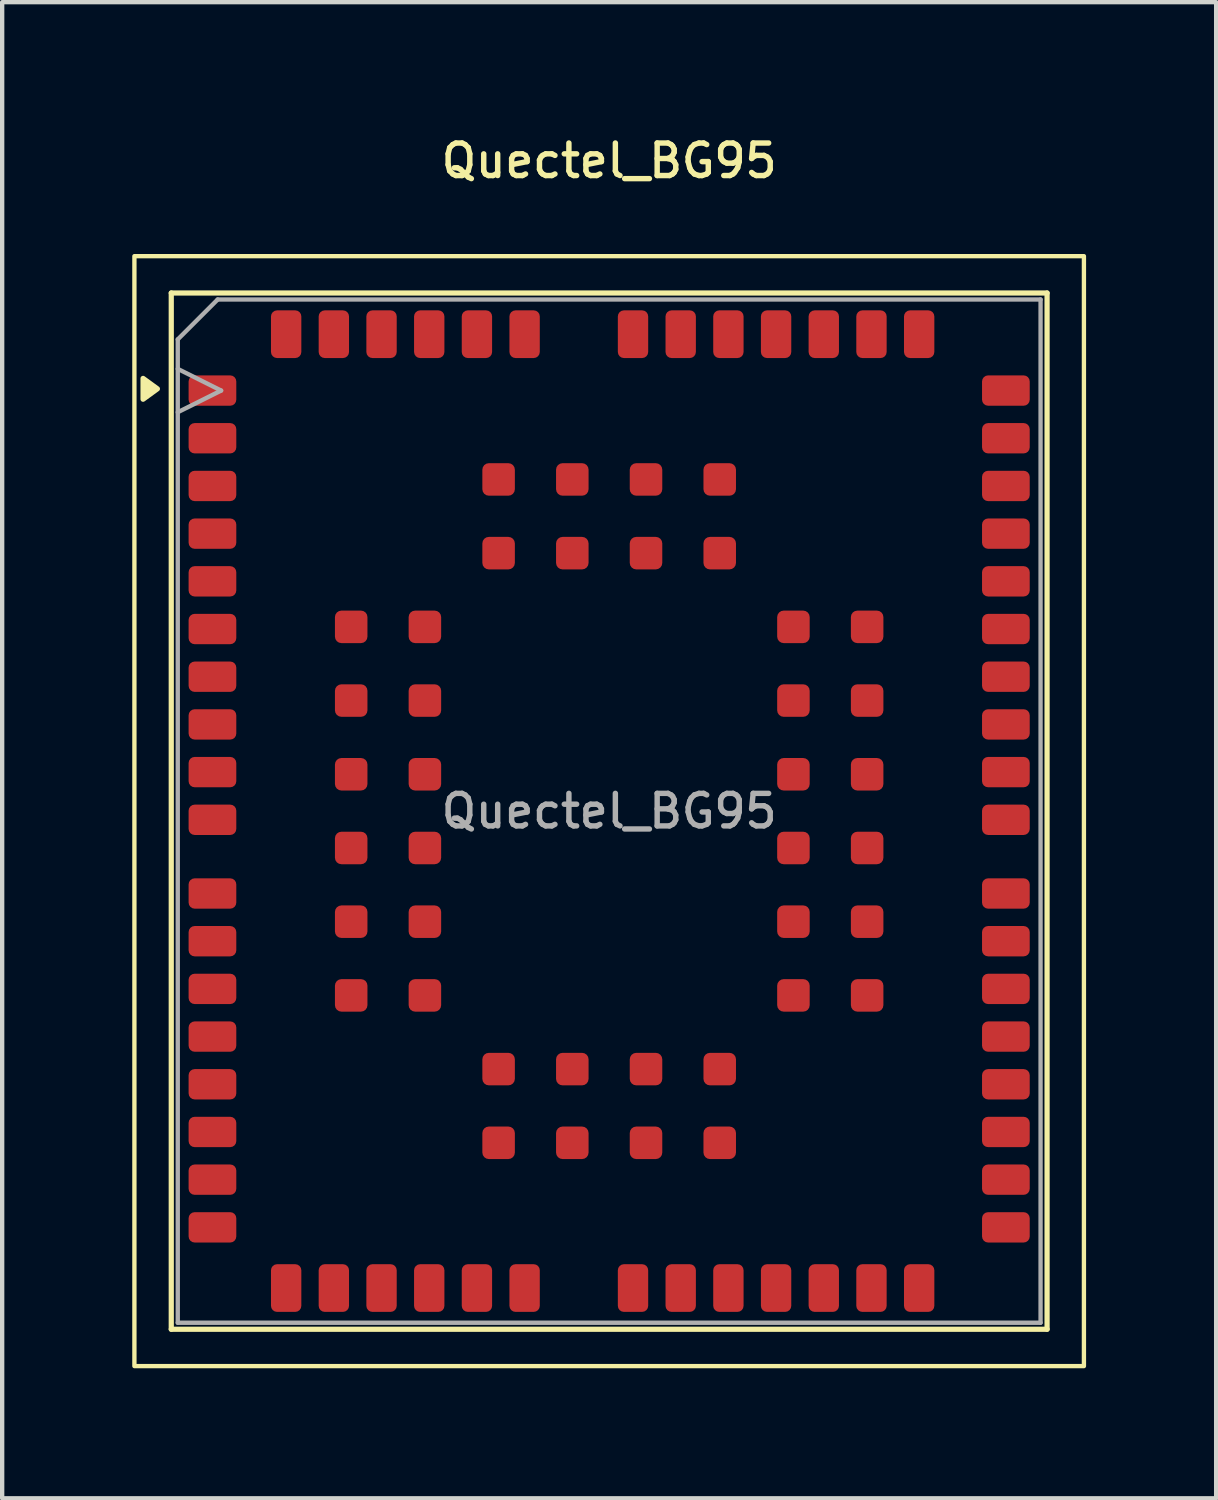
<source format=kicad_pcb>
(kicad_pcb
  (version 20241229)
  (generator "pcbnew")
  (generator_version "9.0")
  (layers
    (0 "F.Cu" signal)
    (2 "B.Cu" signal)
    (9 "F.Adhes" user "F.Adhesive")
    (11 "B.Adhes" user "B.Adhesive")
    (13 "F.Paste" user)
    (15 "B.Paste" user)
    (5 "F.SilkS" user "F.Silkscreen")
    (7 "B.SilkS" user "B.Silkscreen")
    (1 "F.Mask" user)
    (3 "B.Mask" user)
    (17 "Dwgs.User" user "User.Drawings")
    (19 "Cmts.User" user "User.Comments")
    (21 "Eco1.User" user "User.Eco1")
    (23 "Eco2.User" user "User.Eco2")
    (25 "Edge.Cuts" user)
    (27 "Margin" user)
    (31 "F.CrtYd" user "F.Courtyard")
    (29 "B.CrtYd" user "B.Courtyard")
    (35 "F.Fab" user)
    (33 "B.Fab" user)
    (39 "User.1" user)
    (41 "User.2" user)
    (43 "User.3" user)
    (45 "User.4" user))
  (footprint "Quectel_BG95"
    (layer "F.Cu")
    (at 11 15.658)
    (property "Reference" "Quectel_BG95" (at 0 -15 0) (layer "F.SilkS") (effects (font (size 0.75 0.75) (thickness 0.125))))
    (attr smd)
    (fp_line (start -10.1 -11.95) (end 10.1 -11.95) (stroke (width 0.12) (type solid)) (layer "F.SilkS"))
    (fp_line (start -10.1 11.95) (end -10.1 -11.95) (stroke (width 0.12) (type solid)) (layer "F.SilkS"))
    (fp_line (start 10.1 -11.95) (end 10.1 11.95) (stroke (width 0.12) (type solid)) (layer "F.SilkS"))
    (fp_line (start 10.1 11.95) (end -10.1 11.95) (stroke (width 0.12) (type solid)) (layer "F.SilkS"))
    (fp_rect (start -10.95 -12.8) (end 10.95 12.8) (stroke (width 0.1) (type solid)) (fill no) (layer "F.SilkS"))
    (fp_poly (pts (xy -10.42 -9.74) (xy -10.75 -9.5) (xy -10.75 -9.98) (xy -10.42 -9.74)) (stroke (width 0.12) (type solid)) (fill yes) (layer "F.SilkS"))
    (fp_line (start -9.95 -10.88) (end -9.03 -11.8) (stroke (width 0.1) (type solid)) (layer "F.Fab"))
    (fp_line (start -9.95 -10.2) (end -8.95 -9.7) (stroke (width 0.1) (type solid)) (layer "F.Fab"))
    (fp_line (start -9.95 11.8) (end -9.95 -10.88) (stroke (width 0.1) (type solid)) (layer "F.Fab"))
    (fp_line (start -9.03 -11.8) (end 9.95 -11.8) (stroke (width 0.1) (type solid)) (layer "F.Fab"))
    (fp_line (start -8.95 -9.7) (end -9.95 -9.2) (stroke (width 0.1) (type solid)) (layer "F.Fab"))
    (fp_line (start 9.95 -11.8) (end 9.95 11.8) (stroke (width 0.1) (type solid)) (layer "F.Fab"))
    (fp_line (start 9.95 11.8) (end -9.95 11.8) (stroke (width 0.1) (type solid)) (layer "F.Fab"))
    (fp_text user "${REFERENCE}" (at 0 0 0) (layer "F.Fab") (effects (font (size 0.75 0.75) (thickness 0.125))))
    (pad "1" smd roundrect (at -9.15 -9.7) (size 1.1 0.7) (layers "F.Cu" "F.Mask" "F.Paste") (roundrect_rratio 0.2))
    (pad "2" smd roundrect (at -9.15 -8.6) (size 1.1 0.7) (layers "F.Cu" "F.Mask" "F.Paste") (roundrect_rratio 0.2))
    (pad "3" smd roundrect (at -9.15 -7.5) (size 1.1 0.7) (layers "F.Cu" "F.Mask" "F.Paste") (roundrect_rratio 0.2))
    (pad "4" smd roundrect (at -9.15 -6.4) (size 1.1 0.7) (layers "F.Cu" "F.Mask" "F.Paste") (roundrect_rratio 0.2))
    (pad "5" smd roundrect (at -9.15 -5.3) (size 1.1 0.7) (layers "F.Cu" "F.Mask" "F.Paste") (roundrect_rratio 0.2))
    (pad "6" smd roundrect (at -9.15 -4.2) (size 1.1 0.7) (layers "F.Cu" "F.Mask" "F.Paste") (roundrect_rratio 0.2))
    (pad "7" smd roundrect (at -9.15 -3.1) (size 1.1 0.7) (layers "F.Cu" "F.Mask" "F.Paste") (roundrect_rratio 0.2))
    (pad "8" smd roundrect (at -9.15 -2) (size 1.1 0.7) (layers "F.Cu" "F.Mask" "F.Paste") (roundrect_rratio 0.2))
    (pad "9" smd roundrect (at -9.15 -0.9) (size 1.1 0.7) (layers "F.Cu" "F.Mask" "F.Paste") (roundrect_rratio 0.2))
    (pad "10" smd roundrect (at -9.15 0.2) (size 1.1 0.7) (layers "F.Cu" "F.Mask" "F.Paste") (roundrect_rratio 0.2))
    (pad "11" smd roundrect (at -9.15 1.9) (size 1.1 0.7) (layers "F.Cu" "F.Mask" "F.Paste") (roundrect_rratio 0.2))
    (pad "12" smd roundrect (at -9.15 3) (size 1.1 0.7) (layers "F.Cu" "F.Mask" "F.Paste") (roundrect_rratio 0.2))
    (pad "13" smd roundrect (at -9.15 4.1) (size 1.1 0.7) (layers "F.Cu" "F.Mask" "F.Paste") (roundrect_rratio 0.2))
    (pad "14" smd roundrect (at -9.15 5.2) (size 1.1 0.7) (layers "F.Cu" "F.Mask" "F.Paste") (roundrect_rratio 0.2))
    (pad "15" smd roundrect (at -9.15 6.3) (size 1.1 0.7) (layers "F.Cu" "F.Mask" "F.Paste") (roundrect_rratio 0.2))
    (pad "16" smd roundrect (at -9.15 7.4) (size 1.1 0.7) (layers "F.Cu" "F.Mask" "F.Paste") (roundrect_rratio 0.2))
    (pad "17" smd roundrect (at -9.15 8.5) (size 1.1 0.7) (layers "F.Cu" "F.Mask" "F.Paste") (roundrect_rratio 0.2))
    (pad "18" smd roundrect (at -9.15 9.6) (size 1.1 0.7) (layers "F.Cu" "F.Mask" "F.Paste") (roundrect_rratio 0.2))
    (pad "19" smd roundrect (at -7.45 11) (size 0.7 1.1) (layers "F.Cu" "F.Mask" "F.Paste") (roundrect_rratio 0.2))
    (pad "20" smd roundrect (at -6.35 11) (size 0.7 1.1) (layers "F.Cu" "F.Mask" "F.Paste") (roundrect_rratio 0.2))
    (pad "21" smd roundrect (at -5.25 11) (size 0.7 1.1) (layers "F.Cu" "F.Mask" "F.Paste") (roundrect_rratio 0.2))
    (pad "22" smd roundrect (at -4.15 11) (size 0.7 1.1) (layers "F.Cu" "F.Mask" "F.Paste") (roundrect_rratio 0.2))
    (pad "23" smd roundrect (at -3.05 11) (size 0.7 1.1) (layers "F.Cu" "F.Mask" "F.Paste") (roundrect_rratio 0.2))
    (pad "24" smd roundrect (at -1.95 11) (size 0.7 1.1) (layers "F.Cu" "F.Mask" "F.Paste") (roundrect_rratio 0.2))
    (pad "25" smd roundrect (at 0.55 11) (size 0.7 1.1) (layers "F.Cu" "F.Mask" "F.Paste") (roundrect_rratio 0.2))
    (pad "26" smd roundrect (at 1.65 11) (size 0.7 1.1) (layers "F.Cu" "F.Mask" "F.Paste") (roundrect_rratio 0.2))
    (pad "27" smd roundrect (at 2.75 11) (size 0.7 1.1) (layers "F.Cu" "F.Mask" "F.Paste") (roundrect_rratio 0.2))
    (pad "28" smd roundrect (at 3.85 11) (size 0.7 1.1) (layers "F.Cu" "F.Mask" "F.Paste") (roundrect_rratio 0.2))
    (pad "29" smd roundrect (at 4.95 11) (size 0.7 1.1) (layers "F.Cu" "F.Mask" "F.Paste") (roundrect_rratio 0.2))
    (pad "30" smd roundrect (at 6.05 11) (size 0.7 1.1) (layers "F.Cu" "F.Mask" "F.Paste") (roundrect_rratio 0.2))
    (pad "31" smd roundrect (at 7.15 11) (size 0.7 1.1) (layers "F.Cu" "F.Mask" "F.Paste") (roundrect_rratio 0.2))
    (pad "32" smd roundrect (at 9.15 9.6) (size 1.1 0.7) (layers "F.Cu" "F.Mask" "F.Paste") (roundrect_rratio 0.2))
    (pad "33" smd roundrect (at 9.15 8.5) (size 1.1 0.7) (layers "F.Cu" "F.Mask" "F.Paste") (roundrect_rratio 0.2))
    (pad "34" smd roundrect (at 9.15 7.4) (size 1.1 0.7) (layers "F.Cu" "F.Mask" "F.Paste") (roundrect_rratio 0.2))
    (pad "35" smd roundrect (at 9.15 6.3) (size 1.1 0.7) (layers "F.Cu" "F.Mask" "F.Paste") (roundrect_rratio 0.2))
    (pad "36" smd roundrect (at 9.15 5.2) (size 1.1 0.7) (layers "F.Cu" "F.Mask" "F.Paste") (roundrect_rratio 0.2))
    (pad "37" smd roundrect (at 9.15 4.1) (size 1.1 0.7) (layers "F.Cu" "F.Mask" "F.Paste") (roundrect_rratio 0.2))
    (pad "38" smd roundrect (at 9.15 3) (size 1.1 0.7) (layers "F.Cu" "F.Mask" "F.Paste") (roundrect_rratio 0.2))
    (pad "39" smd roundrect (at 9.15 1.9) (size 1.1 0.7) (layers "F.Cu" "F.Mask" "F.Paste") (roundrect_rratio 0.2))
    (pad "40" smd roundrect (at 9.15 0.2) (size 1.1 0.7) (layers "F.Cu" "F.Mask" "F.Paste") (roundrect_rratio 0.2))
    (pad "41" smd roundrect (at 9.15 -0.9) (size 1.1 0.7) (layers "F.Cu" "F.Mask" "F.Paste") (roundrect_rratio 0.2))
    (pad "42" smd roundrect (at 9.15 -2) (size 1.1 0.7) (layers "F.Cu" "F.Mask" "F.Paste") (roundrect_rratio 0.2))
    (pad "43" smd roundrect (at 9.15 -3.1) (size 1.1 0.7) (layers "F.Cu" "F.Mask" "F.Paste") (roundrect_rratio 0.2))
    (pad "44" smd roundrect (at 9.15 -4.2) (size 1.1 0.7) (layers "F.Cu" "F.Mask" "F.Paste") (roundrect_rratio 0.2))
    (pad "45" smd roundrect (at 9.15 -5.3) (size 1.1 0.7) (layers "F.Cu" "F.Mask" "F.Paste") (roundrect_rratio 0.2))
    (pad "46" smd roundrect (at 9.15 -6.4) (size 1.1 0.7) (layers "F.Cu" "F.Mask" "F.Paste") (roundrect_rratio 0.2))
    (pad "47" smd roundrect (at 9.15 -7.5) (size 1.1 0.7) (layers "F.Cu" "F.Mask" "F.Paste") (roundrect_rratio 0.2))
    (pad "48" smd roundrect (at 9.15 -8.6) (size 1.1 0.7) (layers "F.Cu" "F.Mask" "F.Paste") (roundrect_rratio 0.2))
    (pad "49" smd roundrect (at 9.15 -9.7) (size 1.1 0.7) (layers "F.Cu" "F.Mask" "F.Paste") (roundrect_rratio 0.2))
    (pad "50" smd roundrect (at 7.15 -11) (size 0.7 1.1) (layers "F.Cu" "F.Mask" "F.Paste") (roundrect_rratio 0.2))
    (pad "51" smd roundrect (at 6.05 -11) (size 0.7 1.1) (layers "F.Cu" "F.Mask" "F.Paste") (roundrect_rratio 0.2))
    (pad "52" smd roundrect (at 4.95 -11) (size 0.7 1.1) (layers "F.Cu" "F.Mask" "F.Paste") (roundrect_rratio 0.2))
    (pad "53" smd roundrect (at 3.85 -11) (size 0.7 1.1) (layers "F.Cu" "F.Mask" "F.Paste") (roundrect_rratio 0.2))
    (pad "54" smd roundrect (at 2.75 -11) (size 0.7 1.1) (layers "F.Cu" "F.Mask" "F.Paste") (roundrect_rratio 0.2))
    (pad "55" smd roundrect (at 1.65 -11) (size 0.7 1.1) (layers "F.Cu" "F.Mask" "F.Paste") (roundrect_rratio 0.2))
    (pad "56" smd roundrect (at 0.55 -11) (size 0.7 1.1) (layers "F.Cu" "F.Mask" "F.Paste") (roundrect_rratio 0.2))
    (pad "57" smd roundrect (at -1.95 -11) (size 0.7 1.1) (layers "F.Cu" "F.Mask" "F.Paste") (roundrect_rratio 0.2))
    (pad "58" smd roundrect (at -3.05 -11) (size 0.7 1.1) (layers "F.Cu" "F.Mask" "F.Paste") (roundrect_rratio 0.2))
    (pad "59" smd roundrect (at -4.15 -11) (size 0.7 1.1) (layers "F.Cu" "F.Mask" "F.Paste") (roundrect_rratio 0.2))
    (pad "60" smd roundrect (at -5.25 -11) (size 0.7 1.1) (layers "F.Cu" "F.Mask" "F.Paste") (roundrect_rratio 0.2))
    (pad "61" smd roundrect (at -6.35 -11) (size 0.7 1.1) (layers "F.Cu" "F.Mask" "F.Paste") (roundrect_rratio 0.2))
    (pad "62" smd roundrect (at -7.45 -11) (size 0.7 1.1) (layers "F.Cu" "F.Mask" "F.Paste") (roundrect_rratio 0.2))
    (pad "63" smd roundrect (at -5.95 -4.25) (size 0.75 0.75) (layers "F.Cu" "F.Mask" "F.Paste") (roundrect_rratio 0.2))
    (pad "64" smd roundrect (at -5.95 -2.55) (size 0.75 0.75) (layers "F.Cu" "F.Mask" "F.Paste") (roundrect_rratio 0.2))
    (pad "65" smd roundrect (at -5.95 -0.85) (size 0.75 0.75) (layers "F.Cu" "F.Mask" "F.Paste") (roundrect_rratio 0.2))
    (pad "66" smd roundrect (at -5.95 0.85) (size 0.75 0.75) (layers "F.Cu" "F.Mask" "F.Paste") (roundrect_rratio 0.2))
    (pad "67" smd roundrect (at -5.95 2.55) (size 0.75 0.75) (layers "F.Cu" "F.Mask" "F.Paste") (roundrect_rratio 0.2))
    (pad "68" smd roundrect (at -5.95 4.25) (size 0.75 0.75) (layers "F.Cu" "F.Mask" "F.Paste") (roundrect_rratio 0.2))
    (pad "69" smd roundrect (at -2.55 7.65 90) (size 0.75 0.75) (layers "F.Cu" "F.Mask" "F.Paste") (roundrect_rratio 0.2))
    (pad "70" smd roundrect (at -0.85 7.65 90) (size 0.75 0.75) (layers "F.Cu" "F.Mask" "F.Paste") (roundrect_rratio 0.2))
    (pad "71" smd roundrect (at 0.85 7.65 90) (size 0.75 0.75) (layers "F.Cu" "F.Mask" "F.Paste") (roundrect_rratio 0.2))
    (pad "72" smd roundrect (at 2.55 7.65 90) (size 0.75 0.75) (layers "F.Cu" "F.Mask" "F.Paste") (roundrect_rratio 0.2))
    (pad "73" smd roundrect (at 5.95 4.25) (size 0.75 0.75) (layers "F.Cu" "F.Mask" "F.Paste") (roundrect_rratio 0.2))
    (pad "74" smd roundrect (at 5.95 2.55) (size 0.75 0.75) (layers "F.Cu" "F.Mask" "F.Paste") (roundrect_rratio 0.2))
    (pad "75" smd roundrect (at 5.95 0.85) (size 0.75 0.75) (layers "F.Cu" "F.Mask" "F.Paste") (roundrect_rratio 0.2))
    (pad "76" smd roundrect (at 5.95 -0.85) (size 0.75 0.75) (layers "F.Cu" "F.Mask" "F.Paste") (roundrect_rratio 0.2))
    (pad "77" smd roundrect (at 5.95 -2.55) (size 0.75 0.75) (layers "F.Cu" "F.Mask" "F.Paste") (roundrect_rratio 0.2))
    (pad "78" smd roundrect (at 5.95 -4.25) (size 0.75 0.75) (layers "F.Cu" "F.Mask" "F.Paste") (roundrect_rratio 0.2))
    (pad "79" smd roundrect (at 2.55 -7.65 90) (size 0.75 0.75) (layers "F.Cu" "F.Mask" "F.Paste") (roundrect_rratio 0.2))
    (pad "80" smd roundrect (at 0.85 -7.65 90) (size 0.75 0.75) (layers "F.Cu" "F.Mask" "F.Paste") (roundrect_rratio 0.2))
    (pad "81" smd roundrect (at -0.85 -7.65 90) (size 0.75 0.75) (layers "F.Cu" "F.Mask" "F.Paste") (roundrect_rratio 0.2))
    (pad "82" smd roundrect (at -2.55 -7.65 90) (size 0.75 0.75) (layers "F.Cu" "F.Mask" "F.Paste") (roundrect_rratio 0.2))
    (pad "83" smd roundrect (at -4.25 -4.25) (size 0.75 0.75) (layers "F.Cu" "F.Mask" "F.Paste") (roundrect_rratio 0.2))
    (pad "84" smd roundrect (at -4.25 -2.55) (size 0.75 0.75) (layers "F.Cu" "F.Mask" "F.Paste") (roundrect_rratio 0.2))
    (pad "85" smd roundrect (at -4.25 -0.85) (size 0.75 0.75) (layers "F.Cu" "F.Mask" "F.Paste") (roundrect_rratio 0.2))
    (pad "86" smd roundrect (at -4.25 0.85) (size 0.75 0.75) (layers "F.Cu" "F.Mask" "F.Paste") (roundrect_rratio 0.2))
    (pad "87" smd roundrect (at -4.25 2.55) (size 0.75 0.75) (layers "F.Cu" "F.Mask" "F.Paste") (roundrect_rratio 0.2))
    (pad "88" smd roundrect (at -4.25 4.25) (size 0.75 0.75) (layers "F.Cu" "F.Mask" "F.Paste") (roundrect_rratio 0.2))
    (pad "89" smd roundrect (at -2.55 5.95 90) (size 0.75 0.75) (layers "F.Cu" "F.Mask" "F.Paste") (roundrect_rratio 0.2))
    (pad "90" smd roundrect (at -0.85 5.95 90) (size 0.75 0.75) (layers "F.Cu" "F.Mask" "F.Paste") (roundrect_rratio 0.2))
    (pad "91" smd roundrect (at 0.85 5.95 90) (size 0.75 0.75) (layers "F.Cu" "F.Mask" "F.Paste") (roundrect_rratio 0.2))
    (pad "92" smd roundrect (at 2.55 5.95 90) (size 0.75 0.75) (layers "F.Cu" "F.Mask" "F.Paste") (roundrect_rratio 0.2))
    (pad "93" smd roundrect (at 4.25 4.25) (size 0.75 0.75) (layers "F.Cu" "F.Mask" "F.Paste") (roundrect_rratio 0.2))
    (pad "94" smd roundrect (at 4.25 2.55) (size 0.75 0.75) (layers "F.Cu" "F.Mask" "F.Paste") (roundrect_rratio 0.2))
    (pad "95" smd roundrect (at 4.25 0.85) (size 0.75 0.75) (layers "F.Cu" "F.Mask" "F.Paste") (roundrect_rratio 0.2))
    (pad "96" smd roundrect (at 4.25 -0.85) (size 0.75 0.75) (layers "F.Cu" "F.Mask" "F.Paste") (roundrect_rratio 0.2))
    (pad "97" smd roundrect (at 4.25 -2.55) (size 0.75 0.75) (layers "F.Cu" "F.Mask" "F.Paste") (roundrect_rratio 0.2))
    (pad "98" smd roundrect (at 4.25 -4.25) (size 0.75 0.75) (layers "F.Cu" "F.Mask" "F.Paste") (roundrect_rratio 0.2))
    (pad "99" smd roundrect (at 2.55 -5.95 90) (size 0.75 0.75) (layers "F.Cu" "F.Mask" "F.Paste") (roundrect_rratio 0.2))
    (pad "100" smd roundrect (at 0.85 -5.95 90) (size 0.75 0.75) (layers "F.Cu" "F.Mask" "F.Paste") (roundrect_rratio 0.2))
    (pad "101" smd roundrect (at -0.85 -5.95 90) (size 0.75 0.75) (layers "F.Cu" "F.Mask" "F.Paste") (roundrect_rratio 0.2))
    (pad "102" smd roundrect (at -2.55 -5.95 90) (size 0.75 0.75) (layers "F.Cu" "F.Mask" "F.Paste") (roundrect_rratio 0.2)))
  (gr_rect
    (start -3 -3)
    (end 25 31.508)
    (stroke (width 0.1) (type default))
    (fill no)
    (layer "Edge.Cuts")))
</source>
